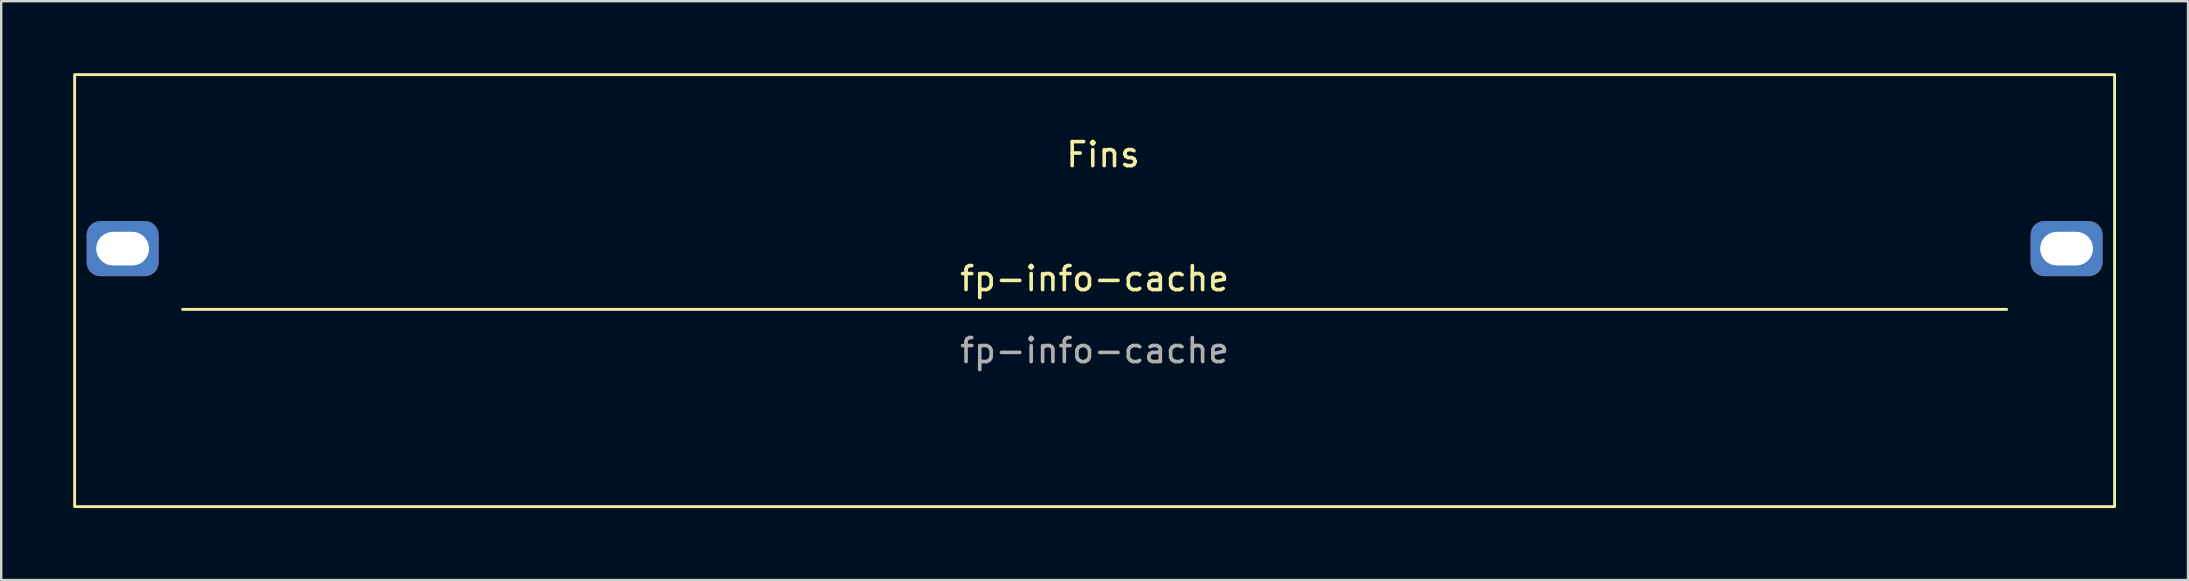
<source format=kicad_pcb>
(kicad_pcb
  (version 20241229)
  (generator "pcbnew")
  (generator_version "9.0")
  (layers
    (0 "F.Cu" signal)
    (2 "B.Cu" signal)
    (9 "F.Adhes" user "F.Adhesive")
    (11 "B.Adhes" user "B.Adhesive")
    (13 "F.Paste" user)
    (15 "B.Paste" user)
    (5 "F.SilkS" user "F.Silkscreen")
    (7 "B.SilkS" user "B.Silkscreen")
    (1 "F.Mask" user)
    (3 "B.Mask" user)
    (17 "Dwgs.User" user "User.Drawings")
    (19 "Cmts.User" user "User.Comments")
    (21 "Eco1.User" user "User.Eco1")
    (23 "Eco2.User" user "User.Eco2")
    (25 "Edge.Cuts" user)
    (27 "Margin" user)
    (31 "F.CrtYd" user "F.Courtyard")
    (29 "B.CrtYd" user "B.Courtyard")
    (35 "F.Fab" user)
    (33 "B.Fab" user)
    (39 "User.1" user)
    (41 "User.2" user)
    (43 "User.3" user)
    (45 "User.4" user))
  (footprint "fp-info-cache"
    (layer "F.Cu")
    (at 42.56 9.06)
    (property "Reference" "fp-info-cache" (at 0 -0.5 0) (unlocked yes) (layer "F.SilkS") (effects (font (size 1 1) (thickness 0.15))))
    (attr through_hole)
    (fp_line (start -38 0.78) (end 38 0.78) (stroke (width 0.12) (type default)) (layer "F.SilkS"))
    (fp_rect (start -42.5 -9) (end 42.5 9) (stroke (width 0.12) (type default)) (fill no) (layer "F.SilkS"))
    (fp_text user "Fins" (at -1.27 -5.08 0) (unlocked yes) (layer "F.SilkS") (effects (font (size 1 1) (thickness 0.15)) (justify left bottom)))
    (fp_text user "${REFERENCE}" (at 0 2.5 0) (unlocked yes) (layer "F.Fab") (effects (font (size 1 1) (thickness 0.15))))
    (pad "1" thru_hole roundrect (at -40.5 -1.75) (size 3 2.3) (drill oval 2.2 1.4) (layers "*.Cu" "*.Mask") (roundrect_rratio 0.25))
    (pad "1" thru_hole roundrect (at 40.5 -1.75) (size 3 2.3) (drill oval 2.2 1.4) (layers "*.Cu" "*.Mask") (roundrect_rratio 0.25)))
  (gr_rect
    (start -3 -3)
    (end 88.12 21.12)
    (stroke (width 0.1) (type default))
    (fill no)
    (layer "Edge.Cuts")))
</source>
